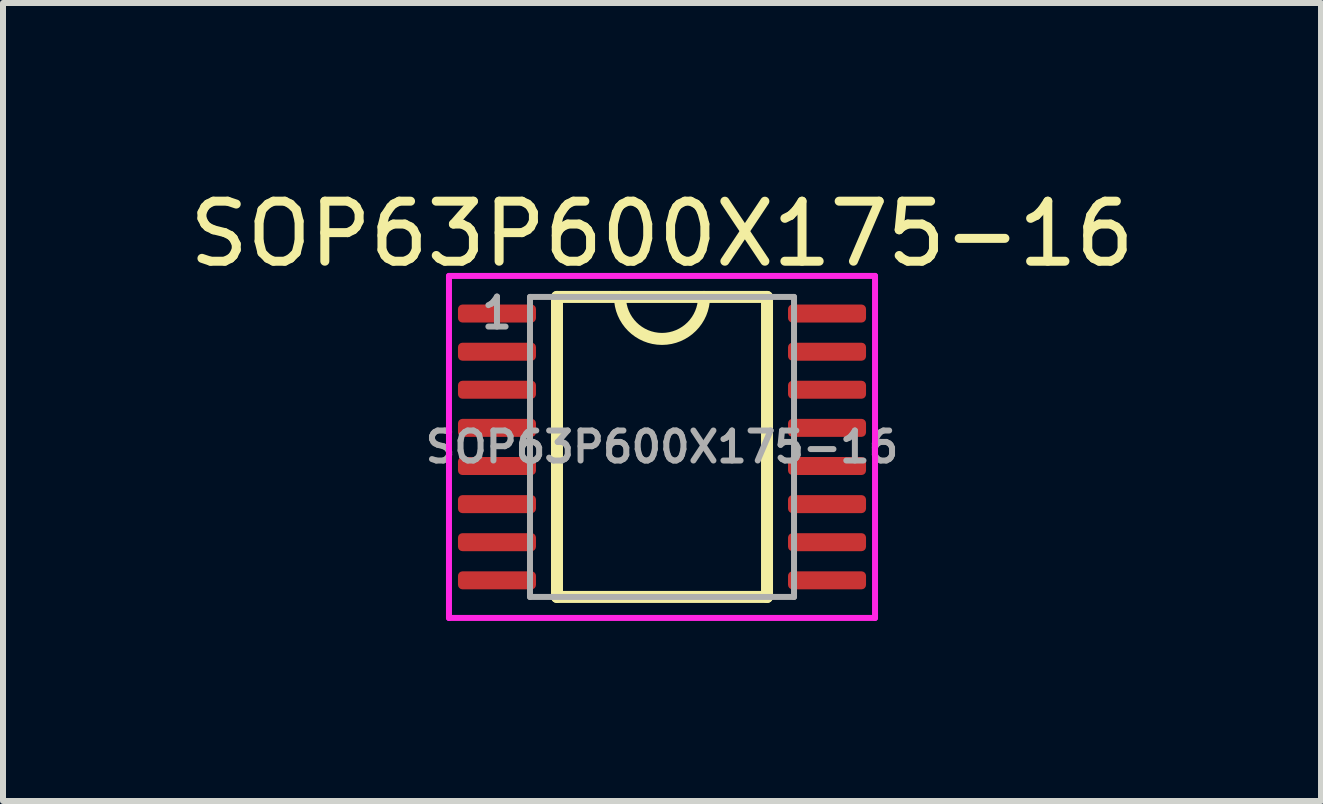
<source format=kicad_pcb>
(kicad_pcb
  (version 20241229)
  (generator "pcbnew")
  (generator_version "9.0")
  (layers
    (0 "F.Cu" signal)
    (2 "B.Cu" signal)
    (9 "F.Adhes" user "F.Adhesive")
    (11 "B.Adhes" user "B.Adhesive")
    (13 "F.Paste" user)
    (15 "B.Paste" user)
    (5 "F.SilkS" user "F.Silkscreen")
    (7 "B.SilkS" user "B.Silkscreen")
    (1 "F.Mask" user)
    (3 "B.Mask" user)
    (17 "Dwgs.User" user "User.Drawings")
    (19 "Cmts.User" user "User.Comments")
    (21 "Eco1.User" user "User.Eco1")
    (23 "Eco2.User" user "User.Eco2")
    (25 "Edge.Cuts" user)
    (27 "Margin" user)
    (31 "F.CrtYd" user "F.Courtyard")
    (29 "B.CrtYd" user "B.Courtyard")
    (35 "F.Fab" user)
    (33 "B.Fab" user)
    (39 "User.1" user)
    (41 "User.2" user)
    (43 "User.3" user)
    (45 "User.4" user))
  (footprint "SOP63P600X175-16"
    (layer "F.Cu")
    (at 7.982 4.398)
    (property "Reference" "SOP63P600X175-16" (at 0 0 180) (layer "F.Fab") (effects (font (size 0.5 0.5) (thickness 0.1))))
    (attr through_hole)
    (fp_line (start -1.75 -2.5) (end 1.75 -2.5) (stroke (width 0.2) (type solid)) (layer "F.SilkS"))
    (fp_line (start -1.75 2.5) (end -1.75 -2.5) (stroke (width 0.2) (type solid)) (layer "F.SilkS"))
    (fp_line (start 1.75 -2.5) (end 1.75 2.5) (stroke (width 0.2) (type solid)) (layer "F.SilkS"))
    (fp_line (start 1.75 2.5) (end -1.75 2.5) (stroke (width 0.2) (type solid)) (layer "F.SilkS"))
    (fp_arc (start 0.7 -2.5) (mid 0 -1.8) (end -0.7 -2.5) (stroke (width 0.2) (type solid)) (layer "F.SilkS"))
    (fp_line (start -3.55 -2.85) (end 3.55 -2.85) (stroke (width 0.1) (type solid)) (layer "F.CrtYd"))
    (fp_line (start -3.55 2.85) (end -3.55 -2.85) (stroke (width 0.1) (type solid)) (layer "F.CrtYd"))
    (fp_line (start 3.55 -2.85) (end 3.55 2.85) (stroke (width 0.1) (type solid)) (layer "F.CrtYd"))
    (fp_line (start 3.55 2.85) (end -3.55 2.85) (stroke (width 0.1) (type solid)) (layer "F.CrtYd"))
    (fp_line (start -2.2 -2.5) (end 2.2 -2.5) (stroke (width 0.1) (type solid)) (layer "F.Fab"))
    (fp_line (start -2.2 2.5) (end -2.2 -2.5) (stroke (width 0.1) (type solid)) (layer "F.Fab"))
    (fp_line (start 2.2 -2.5) (end 2.2 2.5) (stroke (width 0.1) (type solid)) (layer "F.Fab"))
    (fp_line (start 2.2 2.5) (end -2.2 2.5) (stroke (width 0.1) (type solid)) (layer "F.Fab"))
    (fp_text user "${REFERENCE}" (at 0 -3.55 0) (layer "F.SilkS") (effects (font (size 1 1) (thickness 0.15))))
    (fp_text user "1" (at -2.75 -2.232 0) (layer "F.Fab") (effects (font (size 0.5 0.5) (thickness 0.1))))
    (pad "1" smd roundrect (at -2.75 -2.223) (size 1.3 0.3) (layers "F.Cu" "F.Mask" "F.Paste") (roundrect_rratio 0.25))
    (pad "2" smd roundrect (at -2.75 -1.587) (size 1.3 0.3) (layers "F.Cu" "F.Mask" "F.Paste") (roundrect_rratio 0.25))
    (pad "3" smd roundrect (at -2.75 -0.953) (size 1.3 0.3) (layers "F.Cu" "F.Mask" "F.Paste") (roundrect_rratio 0.25))
    (pad "4" smd roundrect (at -2.75 -0.318) (size 1.3 0.3) (layers "F.Cu" "F.Mask" "F.Paste") (roundrect_rratio 0.25))
    (pad "5" smd roundrect (at -2.75 0.318) (size 1.3 0.3) (layers "F.Cu" "F.Mask" "F.Paste") (roundrect_rratio 0.25))
    (pad "6" smd roundrect (at -2.75 0.953) (size 1.3 0.3) (layers "F.Cu" "F.Mask" "F.Paste") (roundrect_rratio 0.25))
    (pad "7" smd roundrect (at -2.75 1.587) (size 1.3 0.3) (layers "F.Cu" "F.Mask" "F.Paste") (roundrect_rratio 0.25))
    (pad "8" smd roundrect (at -2.75 2.223) (size 1.3 0.3) (layers "F.Cu" "F.Mask" "F.Paste") (roundrect_rratio 0.25))
    (pad "9" smd roundrect (at 2.75 2.223) (size 1.3 0.3) (layers "F.Cu" "F.Mask" "F.Paste") (roundrect_rratio 0.25))
    (pad "10" smd roundrect (at 2.75 1.587) (size 1.3 0.3) (layers "F.Cu" "F.Mask" "F.Paste") (roundrect_rratio 0.25))
    (pad "11" smd roundrect (at 2.75 0.953) (size 1.3 0.3) (layers "F.Cu" "F.Mask" "F.Paste") (roundrect_rratio 0.25))
    (pad "12" smd roundrect (at 2.75 0.318) (size 1.3 0.3) (layers "F.Cu" "F.Mask" "F.Paste") (roundrect_rratio 0.25))
    (pad "13" smd roundrect (at 2.75 -0.318) (size 1.3 0.3) (layers "F.Cu" "F.Mask" "F.Paste") (roundrect_rratio 0.25))
    (pad "14" smd roundrect (at 2.75 -0.953) (size 1.3 0.3) (layers "F.Cu" "F.Mask" "F.Paste") (roundrect_rratio 0.25))
    (pad "15" smd roundrect (at 2.75 -1.587) (size 1.3 0.3) (layers "F.Cu" "F.Mask" "F.Paste") (roundrect_rratio 0.25))
    (pad "16" smd roundrect (at 2.75 -2.223) (size 1.3 0.3) (layers "F.Cu" "F.Mask" "F.Paste") (roundrect_rratio 0.25)))
  (gr_rect
    (start -3 -3)
    (end 18.964 10.298)
    (stroke (width 0.1) (type default))
    (fill no)
    (layer "Edge.Cuts")))
</source>
